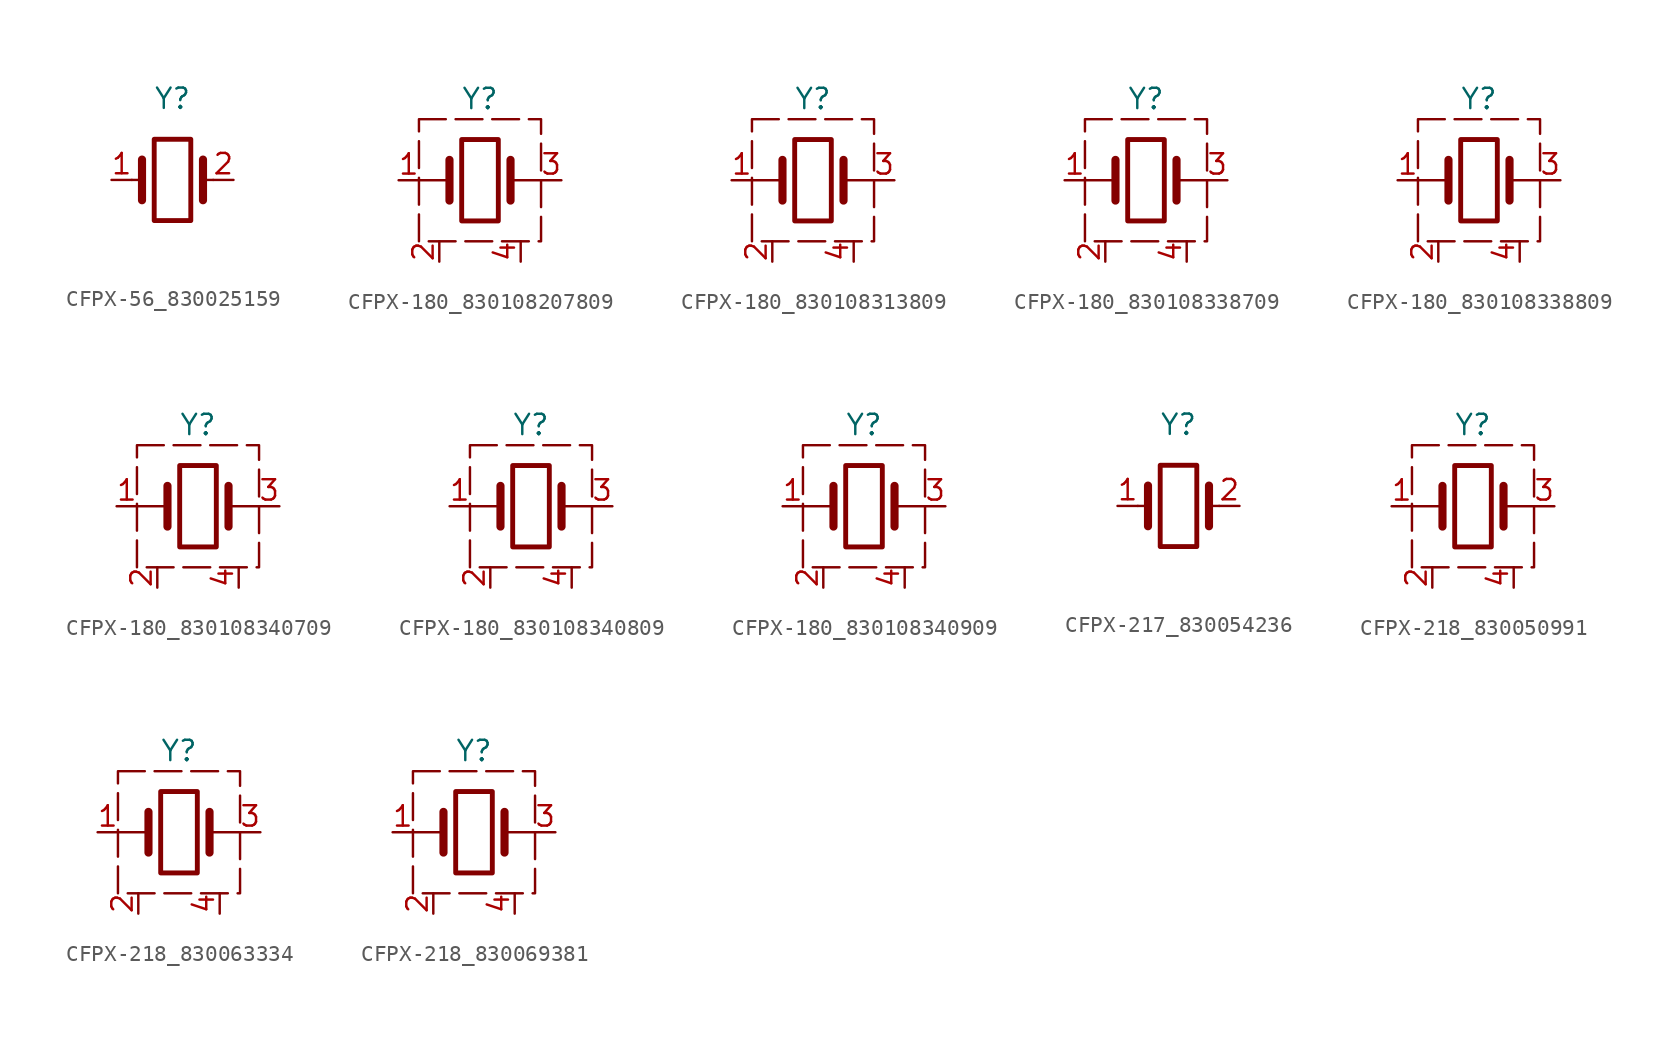
<source format=kicad_sym>
(kicad_symbol_lib
  (version 20220914)
  (generator kicad_symbol_editor)
  (symbol "CFPX-56_830025159"
    (pin_names hide)
    (property "Reference" "Y"
      (at 0 5.08 0)
      (effects (font (size 1.27 1.27))))
    (property "Critical Parameter" ""
      (at 0 -5.08 0)
      (effects (font (size 1.27 1.27)) (justify left)))
    (symbol "CFPX-56_830025159_0_1"
      (rectangle (start -1.143 2.54) (end 1.143 -2.54) (stroke (width 0.305) (type default)) (fill (type none)))
      (polyline (pts (xy -2.54 0) (xy -1.905 0)) (stroke (width 0) (type default)) (fill (type none)))
      (polyline (pts (xy -1.905 -1.27) (xy -1.905 1.27)) (stroke (width 0.508) (type default)) (fill (type none)))
      (polyline (pts (xy 1.905 -1.27) (xy 1.905 1.27)) (stroke (width 0.508) (type default)) (fill (type none)))
      (polyline (pts (xy 2.54 0) (xy 1.905 0)) (stroke (width 0) (type default)) (fill (type none))))
    (symbol "CFPX-56_830025159_1_1"
      (pin passive line (at -3.81 0 0) (length 1.27) (name "1" (effects (font (size 1.27 1.27)))) (number "1" (effects (font (size 1.27 1.27)))))
      (pin passive line (at 3.81 0 180) (length 1.27) (name "2" (effects (font (size 1.27 1.27)))) (number "2" (effects (font (size 1.27 1.27)))))))
  (symbol "CFPX-180_830108207809"
    (pin_names hide)
    (property "Reference" "Y"
      (at 0 5.08 0)
      (effects (font (size 1.27 1.27))))
    (property "Critical Parameter" ""
      (at 0 -5.08 0)
      (effects (font (size 1.27 1.27)) (justify left)))
    (symbol "CFPX-180_830108207809_0_1"
      (rectangle (start -1.143 2.54) (end 1.143 -2.54) (stroke (width 0.305) (type default)) (fill (type none)))
      (polyline (pts (xy -3.81 0) (xy -1.905 0)) (stroke (width 0) (type default)) (fill (type none)))
      (polyline (pts (xy -1.905 -1.27) (xy -1.905 1.27)) (stroke (width 0.508) (type default)) (fill (type none)))
      (polyline (pts (xy 1.905 -1.27) (xy 1.905 1.27)) (stroke (width 0.508) (type default)) (fill (type none)))
      (polyline (pts (xy 3.81 0) (xy 1.905 0)) (stroke (width 0) (type default)) (fill (type none))))
    (symbol "CFPX-180_830108207809_1_1"
      (rectangle (start -3.81 3.81) (end 3.81 -3.81) (stroke (width 0) (type dash)) (fill (type none)))
      (pin passive line (at -5.08 0 0) (length 1.27) (name "1" (effects (font (size 1.27 1.27)))) (number "1" (effects (font (size 1.27 1.27)))))
      (pin passive line (at -2.54 -5.08 90) (length 1.27) (name "GND" (effects (font (size 1.27 1.27)))) (number "2" (effects (font (size 1.27 1.27)))))
      (pin passive line (at 5.08 0 180) (length 1.27) (name "3" (effects (font (size 1.27 1.27)))) (number "3" (effects (font (size 1.27 1.27)))))
      (pin passive line (at 2.54 -5.08 90) (length 1.27) (name "GND1" (effects (font (size 1.27 1.27)))) (number "4" (effects (font (size 1.27 1.27)))))))
  (symbol "CFPX-180_830108313809"
    (pin_names hide)
    (property "Reference" "Y"
      (at 0 5.08 0)
      (effects (font (size 1.27 1.27))))
    (property "Critical Parameter" ""
      (at 0 -5.08 0)
      (effects (font (size 1.27 1.27)) (justify left)))
    (symbol "CFPX-180_830108313809_0_1"
      (rectangle (start -1.143 2.54) (end 1.143 -2.54) (stroke (width 0.305) (type default)) (fill (type none)))
      (polyline (pts (xy -3.81 0) (xy -1.905 0)) (stroke (width 0) (type default)) (fill (type none)))
      (polyline (pts (xy -1.905 -1.27) (xy -1.905 1.27)) (stroke (width 0.508) (type default)) (fill (type none)))
      (polyline (pts (xy 1.905 -1.27) (xy 1.905 1.27)) (stroke (width 0.508) (type default)) (fill (type none)))
      (polyline (pts (xy 3.81 0) (xy 1.905 0)) (stroke (width 0) (type default)) (fill (type none))))
    (symbol "CFPX-180_830108313809_1_1"
      (rectangle (start -3.81 3.81) (end 3.81 -3.81) (stroke (width 0) (type dash)) (fill (type none)))
      (pin passive line (at -5.08 0 0) (length 1.27) (name "1" (effects (font (size 1.27 1.27)))) (number "1" (effects (font (size 1.27 1.27)))))
      (pin passive line (at -2.54 -5.08 90) (length 1.27) (name "GND" (effects (font (size 1.27 1.27)))) (number "2" (effects (font (size 1.27 1.27)))))
      (pin passive line (at 5.08 0 180) (length 1.27) (name "3" (effects (font (size 1.27 1.27)))) (number "3" (effects (font (size 1.27 1.27)))))
      (pin passive line (at 2.54 -5.08 90) (length 1.27) (name "GND1" (effects (font (size 1.27 1.27)))) (number "4" (effects (font (size 1.27 1.27)))))))
  (symbol "CFPX-180_830108338709"
    (pin_names hide)
    (property "Reference" "Y"
      (at 0 5.08 0)
      (effects (font (size 1.27 1.27))))
    (property "Critical Parameter" ""
      (at 0 -5.08 0)
      (effects (font (size 1.27 1.27)) (justify left)))
    (symbol "CFPX-180_830108338709_0_1"
      (rectangle (start -1.143 2.54) (end 1.143 -2.54) (stroke (width 0.305) (type default)) (fill (type none)))
      (polyline (pts (xy -3.81 0) (xy -1.905 0)) (stroke (width 0) (type default)) (fill (type none)))
      (polyline (pts (xy -1.905 -1.27) (xy -1.905 1.27)) (stroke (width 0.508) (type default)) (fill (type none)))
      (polyline (pts (xy 1.905 -1.27) (xy 1.905 1.27)) (stroke (width 0.508) (type default)) (fill (type none)))
      (polyline (pts (xy 3.81 0) (xy 1.905 0)) (stroke (width 0) (type default)) (fill (type none))))
    (symbol "CFPX-180_830108338709_1_1"
      (rectangle (start -3.81 3.81) (end 3.81 -3.81) (stroke (width 0) (type dash)) (fill (type none)))
      (pin passive line (at -5.08 0 0) (length 1.27) (name "1" (effects (font (size 1.27 1.27)))) (number "1" (effects (font (size 1.27 1.27)))))
      (pin passive line (at -2.54 -5.08 90) (length 1.27) (name "GND" (effects (font (size 1.27 1.27)))) (number "2" (effects (font (size 1.27 1.27)))))
      (pin passive line (at 5.08 0 180) (length 1.27) (name "3" (effects (font (size 1.27 1.27)))) (number "3" (effects (font (size 1.27 1.27)))))
      (pin passive line (at 2.54 -5.08 90) (length 1.27) (name "GND1" (effects (font (size 1.27 1.27)))) (number "4" (effects (font (size 1.27 1.27)))))))
  (symbol "CFPX-180_830108338809"
    (pin_names hide)
    (property "Reference" "Y"
      (at 0 5.08 0)
      (effects (font (size 1.27 1.27))))
    (property "Critical Parameter" ""
      (at 0 -5.08 0)
      (effects (font (size 1.27 1.27)) (justify left)))
    (symbol "CFPX-180_830108338809_0_1"
      (rectangle (start -1.143 2.54) (end 1.143 -2.54) (stroke (width 0.305) (type default)) (fill (type none)))
      (polyline (pts (xy -3.81 0) (xy -1.905 0)) (stroke (width 0) (type default)) (fill (type none)))
      (polyline (pts (xy -1.905 -1.27) (xy -1.905 1.27)) (stroke (width 0.508) (type default)) (fill (type none)))
      (polyline (pts (xy 1.905 -1.27) (xy 1.905 1.27)) (stroke (width 0.508) (type default)) (fill (type none)))
      (polyline (pts (xy 3.81 0) (xy 1.905 0)) (stroke (width 0) (type default)) (fill (type none))))
    (symbol "CFPX-180_830108338809_1_1"
      (rectangle (start -3.81 3.81) (end 3.81 -3.81) (stroke (width 0) (type dash)) (fill (type none)))
      (pin passive line (at -5.08 0 0) (length 1.27) (name "1" (effects (font (size 1.27 1.27)))) (number "1" (effects (font (size 1.27 1.27)))))
      (pin passive line (at -2.54 -5.08 90) (length 1.27) (name "GND" (effects (font (size 1.27 1.27)))) (number "2" (effects (font (size 1.27 1.27)))))
      (pin passive line (at 5.08 0 180) (length 1.27) (name "3" (effects (font (size 1.27 1.27)))) (number "3" (effects (font (size 1.27 1.27)))))
      (pin passive line (at 2.54 -5.08 90) (length 1.27) (name "GND1" (effects (font (size 1.27 1.27)))) (number "4" (effects (font (size 1.27 1.27)))))))
  (symbol "CFPX-180_830108340709"
    (pin_names hide)
    (property "Reference" "Y"
      (at 0 5.08 0)
      (effects (font (size 1.27 1.27))))
    (property "Critical Parameter" ""
      (at 0 -5.08 0)
      (effects (font (size 1.27 1.27)) (justify left)))
    (symbol "CFPX-180_830108340709_0_1"
      (rectangle (start -1.143 2.54) (end 1.143 -2.54) (stroke (width 0.305) (type default)) (fill (type none)))
      (polyline (pts (xy -3.81 0) (xy -1.905 0)) (stroke (width 0) (type default)) (fill (type none)))
      (polyline (pts (xy -1.905 -1.27) (xy -1.905 1.27)) (stroke (width 0.508) (type default)) (fill (type none)))
      (polyline (pts (xy 1.905 -1.27) (xy 1.905 1.27)) (stroke (width 0.508) (type default)) (fill (type none)))
      (polyline (pts (xy 3.81 0) (xy 1.905 0)) (stroke (width 0) (type default)) (fill (type none))))
    (symbol "CFPX-180_830108340709_1_1"
      (rectangle (start -3.81 3.81) (end 3.81 -3.81) (stroke (width 0) (type dash)) (fill (type none)))
      (pin passive line (at -5.08 0 0) (length 1.27) (name "1" (effects (font (size 1.27 1.27)))) (number "1" (effects (font (size 1.27 1.27)))))
      (pin passive line (at -2.54 -5.08 90) (length 1.27) (name "GND" (effects (font (size 1.27 1.27)))) (number "2" (effects (font (size 1.27 1.27)))))
      (pin passive line (at 5.08 0 180) (length 1.27) (name "3" (effects (font (size 1.27 1.27)))) (number "3" (effects (font (size 1.27 1.27)))))
      (pin passive line (at 2.54 -5.08 90) (length 1.27) (name "GND1" (effects (font (size 1.27 1.27)))) (number "4" (effects (font (size 1.27 1.27)))))))
  (symbol "CFPX-180_830108340809"
    (pin_names hide)
    (property "Reference" "Y"
      (at 0 5.08 0)
      (effects (font (size 1.27 1.27))))
    (property "Critical Parameter" ""
      (at 0 -5.08 0)
      (effects (font (size 1.27 1.27)) (justify left)))
    (symbol "CFPX-180_830108340809_0_1"
      (rectangle (start -1.143 2.54) (end 1.143 -2.54) (stroke (width 0.305) (type default)) (fill (type none)))
      (polyline (pts (xy -3.81 0) (xy -1.905 0)) (stroke (width 0) (type default)) (fill (type none)))
      (polyline (pts (xy -1.905 -1.27) (xy -1.905 1.27)) (stroke (width 0.508) (type default)) (fill (type none)))
      (polyline (pts (xy 1.905 -1.27) (xy 1.905 1.27)) (stroke (width 0.508) (type default)) (fill (type none)))
      (polyline (pts (xy 3.81 0) (xy 1.905 0)) (stroke (width 0) (type default)) (fill (type none))))
    (symbol "CFPX-180_830108340809_1_1"
      (rectangle (start -3.81 3.81) (end 3.81 -3.81) (stroke (width 0) (type dash)) (fill (type none)))
      (pin passive line (at -5.08 0 0) (length 1.27) (name "1" (effects (font (size 1.27 1.27)))) (number "1" (effects (font (size 1.27 1.27)))))
      (pin passive line (at -2.54 -5.08 90) (length 1.27) (name "GND" (effects (font (size 1.27 1.27)))) (number "2" (effects (font (size 1.27 1.27)))))
      (pin passive line (at 5.08 0 180) (length 1.27) (name "3" (effects (font (size 1.27 1.27)))) (number "3" (effects (font (size 1.27 1.27)))))
      (pin passive line (at 2.54 -5.08 90) (length 1.27) (name "GND1" (effects (font (size 1.27 1.27)))) (number "4" (effects (font (size 1.27 1.27)))))))
  (symbol "CFPX-180_830108340909"
    (pin_names hide)
    (property "Reference" "Y"
      (at 0 5.08 0)
      (effects (font (size 1.27 1.27))))
    (property "Critical Parameter" ""
      (at 0 -5.08 0)
      (effects (font (size 1.27 1.27)) (justify left)))
    (symbol "CFPX-180_830108340909_0_1"
      (rectangle (start -1.143 2.54) (end 1.143 -2.54) (stroke (width 0.305) (type default)) (fill (type none)))
      (polyline (pts (xy -3.81 0) (xy -1.905 0)) (stroke (width 0) (type default)) (fill (type none)))
      (polyline (pts (xy -1.905 -1.27) (xy -1.905 1.27)) (stroke (width 0.508) (type default)) (fill (type none)))
      (polyline (pts (xy 1.905 -1.27) (xy 1.905 1.27)) (stroke (width 0.508) (type default)) (fill (type none)))
      (polyline (pts (xy 3.81 0) (xy 1.905 0)) (stroke (width 0) (type default)) (fill (type none))))
    (symbol "CFPX-180_830108340909_1_1"
      (rectangle (start -3.81 3.81) (end 3.81 -3.81) (stroke (width 0) (type dash)) (fill (type none)))
      (pin passive line (at -5.08 0 0) (length 1.27) (name "1" (effects (font (size 1.27 1.27)))) (number "1" (effects (font (size 1.27 1.27)))))
      (pin passive line (at -2.54 -5.08 90) (length 1.27) (name "GND" (effects (font (size 1.27 1.27)))) (number "2" (effects (font (size 1.27 1.27)))))
      (pin passive line (at 5.08 0 180) (length 1.27) (name "3" (effects (font (size 1.27 1.27)))) (number "3" (effects (font (size 1.27 1.27)))))
      (pin passive line (at 2.54 -5.08 90) (length 1.27) (name "GND1" (effects (font (size 1.27 1.27)))) (number "4" (effects (font (size 1.27 1.27)))))))
  (symbol "CFPX-217_830054236"
    (pin_names hide)
    (property "Reference" "Y"
      (at 0 5.08 0)
      (effects (font (size 1.27 1.27))))
    (property "Critical Parameter" ""
      (at 0 -5.08 0)
      (effects (font (size 1.27 1.27)) (justify left)))
    (symbol "CFPX-217_830054236_0_1"
      (rectangle (start -1.143 2.54) (end 1.143 -2.54) (stroke (width 0.305) (type default)) (fill (type none)))
      (polyline (pts (xy -2.54 0) (xy -1.905 0)) (stroke (width 0) (type default)) (fill (type none)))
      (polyline (pts (xy -1.905 -1.27) (xy -1.905 1.27)) (stroke (width 0.508) (type default)) (fill (type none)))
      (polyline (pts (xy 1.905 -1.27) (xy 1.905 1.27)) (stroke (width 0.508) (type default)) (fill (type none)))
      (polyline (pts (xy 2.54 0) (xy 1.905 0)) (stroke (width 0) (type default)) (fill (type none))))
    (symbol "CFPX-217_830054236_1_1"
      (pin passive line (at -3.81 0 0) (length 1.27) (name "1" (effects (font (size 1.27 1.27)))) (number "1" (effects (font (size 1.27 1.27)))))
      (pin passive line (at 3.81 0 180) (length 1.27) (name "2" (effects (font (size 1.27 1.27)))) (number "2" (effects (font (size 1.27 1.27)))))))
  (symbol "CFPX-218_830050991"
    (pin_names hide)
    (property "Reference" "Y"
      (at 0 5.08 0)
      (effects (font (size 1.27 1.27))))
    (property "Critical Parameter" ""
      (at 0 -5.08 0)
      (effects (font (size 1.27 1.27)) (justify left)))
    (symbol "CFPX-218_830050991_0_1"
      (rectangle (start -1.143 2.54) (end 1.143 -2.54) (stroke (width 0.305) (type default)) (fill (type none)))
      (polyline (pts (xy -3.81 0) (xy -1.905 0)) (stroke (width 0) (type default)) (fill (type none)))
      (polyline (pts (xy -1.905 -1.27) (xy -1.905 1.27)) (stroke (width 0.508) (type default)) (fill (type none)))
      (polyline (pts (xy 1.905 -1.27) (xy 1.905 1.27)) (stroke (width 0.508) (type default)) (fill (type none)))
      (polyline (pts (xy 3.81 0) (xy 1.905 0)) (stroke (width 0) (type default)) (fill (type none))))
    (symbol "CFPX-218_830050991_1_1"
      (rectangle (start -3.81 3.81) (end 3.81 -3.81) (stroke (width 0) (type dash)) (fill (type none)))
      (pin passive line (at -5.08 0 0) (length 1.27) (name "1" (effects (font (size 1.27 1.27)))) (number "1" (effects (font (size 1.27 1.27)))))
      (pin passive line (at -2.54 -5.08 90) (length 1.27) (name "GND" (effects (font (size 1.27 1.27)))) (number "2" (effects (font (size 1.27 1.27)))))
      (pin passive line (at 5.08 0 180) (length 1.27) (name "3" (effects (font (size 1.27 1.27)))) (number "3" (effects (font (size 1.27 1.27)))))
      (pin passive line (at 2.54 -5.08 90) (length 1.27) (name "GND1" (effects (font (size 1.27 1.27)))) (number "4" (effects (font (size 1.27 1.27)))))))
  (symbol "CFPX-218_830063334"
    (pin_names hide)
    (property "Reference" "Y"
      (at 0 5.08 0)
      (effects (font (size 1.27 1.27))))
    (property "Critical Parameter" ""
      (at 0 -5.08 0)
      (effects (font (size 1.27 1.27)) (justify left)))
    (symbol "CFPX-218_830063334_0_1"
      (rectangle (start -1.143 2.54) (end 1.143 -2.54) (stroke (width 0.305) (type default)) (fill (type none)))
      (polyline (pts (xy -3.81 0) (xy -1.905 0)) (stroke (width 0) (type default)) (fill (type none)))
      (polyline (pts (xy -1.905 -1.27) (xy -1.905 1.27)) (stroke (width 0.508) (type default)) (fill (type none)))
      (polyline (pts (xy 1.905 -1.27) (xy 1.905 1.27)) (stroke (width 0.508) (type default)) (fill (type none)))
      (polyline (pts (xy 3.81 0) (xy 1.905 0)) (stroke (width 0) (type default)) (fill (type none))))
    (symbol "CFPX-218_830063334_1_1"
      (rectangle (start -3.81 3.81) (end 3.81 -3.81) (stroke (width 0) (type dash)) (fill (type none)))
      (pin passive line (at -5.08 0 0) (length 1.27) (name "1" (effects (font (size 1.27 1.27)))) (number "1" (effects (font (size 1.27 1.27)))))
      (pin passive line (at -2.54 -5.08 90) (length 1.27) (name "GND" (effects (font (size 1.27 1.27)))) (number "2" (effects (font (size 1.27 1.27)))))
      (pin passive line (at 5.08 0 180) (length 1.27) (name "3" (effects (font (size 1.27 1.27)))) (number "3" (effects (font (size 1.27 1.27)))))
      (pin passive line (at 2.54 -5.08 90) (length 1.27) (name "GND1" (effects (font (size 1.27 1.27)))) (number "4" (effects (font (size 1.27 1.27)))))))
  (symbol "CFPX-218_830069381"
    (pin_names hide)
    (property "Reference" "Y"
      (at 0 5.08 0)
      (effects (font (size 1.27 1.27))))
    (property "Critical Parameter" ""
      (at 0 -5.08 0)
      (effects (font (size 1.27 1.27)) (justify left)))
    (symbol "CFPX-218_830069381_0_1"
      (rectangle (start -1.143 2.54) (end 1.143 -2.54) (stroke (width 0.305) (type default)) (fill (type none)))
      (polyline (pts (xy -3.81 0) (xy -1.905 0)) (stroke (width 0) (type default)) (fill (type none)))
      (polyline (pts (xy -1.905 -1.27) (xy -1.905 1.27)) (stroke (width 0.508) (type default)) (fill (type none)))
      (polyline (pts (xy 1.905 -1.27) (xy 1.905 1.27)) (stroke (width 0.508) (type default)) (fill (type none)))
      (polyline (pts (xy 3.81 0) (xy 1.905 0)) (stroke (width 0) (type default)) (fill (type none))))
    (symbol "CFPX-218_830069381_1_1"
      (rectangle (start -3.81 3.81) (end 3.81 -3.81) (stroke (width 0) (type dash)) (fill (type none)))
      (pin passive line (at -5.08 0 0) (length 1.27) (name "1" (effects (font (size 1.27 1.27)))) (number "1" (effects (font (size 1.27 1.27)))))
      (pin passive line (at -2.54 -5.08 90) (length 1.27) (name "GND" (effects (font (size 1.27 1.27)))) (number "2" (effects (font (size 1.27 1.27)))))
      (pin passive line (at 5.08 0 180) (length 1.27) (name "3" (effects (font (size 1.27 1.27)))) (number "3" (effects (font (size 1.27 1.27)))))
      (pin passive line (at 2.54 -5.08 90) (length 1.27) (name "GND1" (effects (font (size 1.27 1.27)))) (number "4" (effects (font (size 1.27 1.27))))))))
</source>
